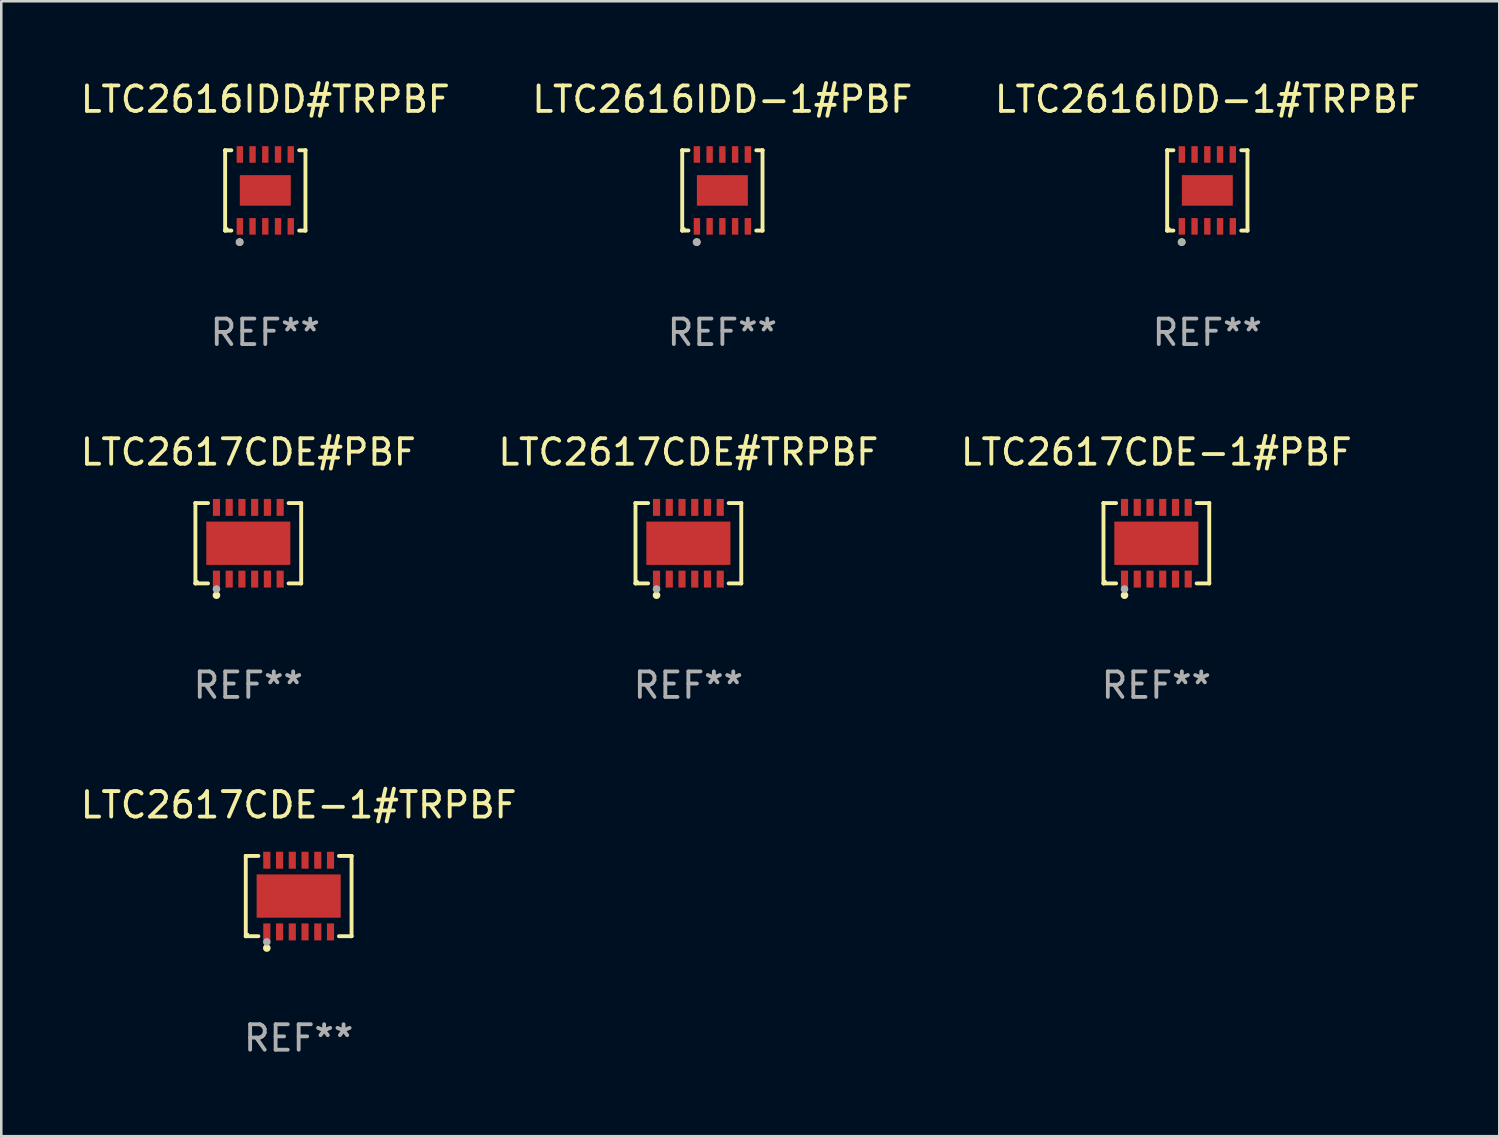
<source format=kicad_pcb>
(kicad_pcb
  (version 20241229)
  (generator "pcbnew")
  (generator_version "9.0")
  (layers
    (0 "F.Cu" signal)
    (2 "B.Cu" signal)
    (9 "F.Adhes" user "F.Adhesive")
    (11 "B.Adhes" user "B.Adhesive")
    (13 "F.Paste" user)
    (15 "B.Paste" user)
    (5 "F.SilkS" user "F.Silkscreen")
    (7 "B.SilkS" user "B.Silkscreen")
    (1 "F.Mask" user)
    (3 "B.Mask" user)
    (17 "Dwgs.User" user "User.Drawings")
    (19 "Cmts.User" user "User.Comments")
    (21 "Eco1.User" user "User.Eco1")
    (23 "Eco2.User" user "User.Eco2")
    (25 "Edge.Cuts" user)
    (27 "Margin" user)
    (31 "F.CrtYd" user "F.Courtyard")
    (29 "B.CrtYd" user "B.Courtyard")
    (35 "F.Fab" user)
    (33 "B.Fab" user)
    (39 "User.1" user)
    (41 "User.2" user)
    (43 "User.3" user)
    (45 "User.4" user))
  (footprint "LTC2616IDD-1#PBF"
    (layer "F.Cu")
    (at 25.304 4.424)
    (property "Reference" "LTC2616IDD-1#PBF" (at 0 -3.576 0) (layer "F.SilkS") (effects (font (size 1 1) (thickness 0.15))))
    (attr through_hole)
    (fp_line (start -1.576 -1.576) (end -1.576 -1.576) (stroke (width 0.152) (type solid)) (layer "F.SilkS"))
    (fp_line (start -1.576 -1.576) (end -1.331 -1.576) (stroke (width 0.152) (type solid)) (layer "F.SilkS"))
    (fp_line (start -1.576 1.576) (end -1.576 -1.576) (stroke (width 0.152) (type solid)) (layer "F.SilkS"))
    (fp_line (start -1.576 1.576) (end -1.576 1.576) (stroke (width 0.152) (type solid)) (layer "F.SilkS"))
    (fp_line (start -1.331 1.576) (end -1.576 1.576) (stroke (width 0.152) (type solid)) (layer "F.SilkS"))
    (fp_line (start 1.331 1.576) (end 1.576 1.576) (stroke (width 0.152) (type solid)) (layer "F.SilkS"))
    (fp_line (start 1.576 -1.576) (end 1.331 -1.576) (stroke (width 0.152) (type solid)) (layer "F.SilkS"))
    (fp_line (start 1.576 -1.576) (end 1.576 -1.576) (stroke (width 0.152) (type solid)) (layer "F.SilkS"))
    (fp_line (start 1.576 1.576) (end 1.576 -1.576) (stroke (width 0.152) (type solid)) (layer "F.SilkS"))
    (fp_line (start 1.576 1.576) (end 1.576 1.576) (stroke (width 0.152) (type solid)) (layer "F.SilkS"))
    (fp_circle (center -1.5 1.5) (end -1.47 1.5) (stroke (width 0.06) (type solid)) (fill no) (layer "F.SilkS"))
    (fp_circle (center -1 2.028) (end -0.925 2.028) (stroke (width 0.15) (type solid)) (fill no) (layer "F.SilkS"))
    (fp_circle (center -1.016 2.032) (end -0.941 2.032) (stroke (width 0.15) (type solid)) (fill no) (layer "F.Fab"))
    (fp_text user "REF**" (at 0 5.576 0) (layer "F.Fab") (effects (font (size 1 1) (thickness 0.15))))
    (pad "1" smd rect (at -1 1.411) (size 0.25 0.65) (layers "F.Cu" "F.Mask" "F.Paste"))
    (pad "2" smd rect (at -0.5 1.411) (size 0.25 0.65) (layers "F.Cu" "F.Mask" "F.Paste"))
    (pad "3" smd rect (at 0 1.411) (size 0.25 0.65) (layers "F.Cu" "F.Mask" "F.Paste"))
    (pad "4" smd rect (at 0.5 1.411) (size 0.25 0.65) (layers "F.Cu" "F.Mask" "F.Paste"))
    (pad "5" smd rect (at 1 1.411) (size 0.25 0.65) (layers "F.Cu" "F.Mask" "F.Paste"))
    (pad "6" smd rect (at 1 -1.411) (size 0.25 0.65) (layers "F.Cu" "F.Mask" "F.Paste"))
    (pad "7" smd rect (at 0.5 -1.411) (size 0.25 0.65) (layers "F.Cu" "F.Mask" "F.Paste"))
    (pad "8" smd rect (at 0 -1.411) (size 0.25 0.65) (layers "F.Cu" "F.Mask" "F.Paste"))
    (pad "9" smd rect (at -0.5 -1.411) (size 0.25 0.65) (layers "F.Cu" "F.Mask" "F.Paste"))
    (pad "10" smd rect (at -1 -1.411) (size 0.25 0.65) (layers "F.Cu" "F.Mask" "F.Paste"))
    (pad "11" smd rect (at 0 0) (size 2 1.2) (layers "F.Cu" "F.Mask" "F.Paste")))
  (footprint "LTC2617CDE-1#TRPBF"
    (layer "F.Cu")
    (at 8.673 32.122)
    (property "Reference" "LTC2617CDE-1#TRPBF" (at 0 -3.576 0) (layer "F.SilkS") (effects (font (size 1 1) (thickness 0.15))))
    (attr through_hole)
    (fp_line (start -2.076 -1.576) (end -2.076 -1.576) (stroke (width 0.152) (type solid)) (layer "F.SilkS"))
    (fp_line (start -2.076 -1.576) (end -1.58 -1.576) (stroke (width 0.152) (type solid)) (layer "F.SilkS"))
    (fp_line (start -2.076 1.576) (end -2.076 -1.576) (stroke (width 0.152) (type solid)) (layer "F.SilkS"))
    (fp_line (start -2.076 1.576) (end -2.076 1.576) (stroke (width 0.152) (type solid)) (layer "F.SilkS"))
    (fp_line (start -1.58 1.576) (end -2.076 1.576) (stroke (width 0.152) (type solid)) (layer "F.SilkS"))
    (fp_line (start 1.58 1.576) (end 2.076 1.576) (stroke (width 0.152) (type solid)) (layer "F.SilkS"))
    (fp_line (start 2.076 -1.576) (end 1.58 -1.576) (stroke (width 0.152) (type solid)) (layer "F.SilkS"))
    (fp_line (start 2.076 -1.576) (end 2.076 -1.576) (stroke (width 0.152) (type solid)) (layer "F.SilkS"))
    (fp_line (start 2.076 1.576) (end 2.076 -1.576) (stroke (width 0.152) (type solid)) (layer "F.SilkS"))
    (fp_line (start 2.076 1.576) (end 2.076 1.576) (stroke (width 0.152) (type solid)) (layer "F.SilkS"))
    (fp_circle (center -2 1.5) (end -1.97 1.5) (stroke (width 0.06) (type solid)) (fill no) (layer "F.SilkS"))
    (fp_circle (center -1.25 2.04) (end -1.175 2.04) (stroke (width 0.15) (type solid)) (fill no) (layer "F.SilkS"))
    (fp_circle (center -1.25 1.8) (end -1.175 1.8) (stroke (width 0.15) (type solid)) (fill no) (layer "F.Fab"))
    (fp_text user "REF**" (at 0 5.576 0) (layer "F.Fab") (effects (font (size 1 1) (thickness 0.15))))
    (pad "1" smd rect (at -1.25 1.407) (size 0.28 0.665) (layers "F.Cu" "F.Mask" "F.Paste"))
    (pad "2" smd rect (at -0.75 1.407) (size 0.28 0.665) (layers "F.Cu" "F.Mask" "F.Paste"))
    (pad "3" smd rect (at -0.25 1.407) (size 0.28 0.665) (layers "F.Cu" "F.Mask" "F.Paste"))
    (pad "4" smd rect (at 0.25 1.407) (size 0.28 0.665) (layers "F.Cu" "F.Mask" "F.Paste"))
    (pad "5" smd rect (at 0.75 1.407) (size 0.28 0.665) (layers "F.Cu" "F.Mask" "F.Paste"))
    (pad "6" smd rect (at 1.25 1.407) (size 0.28 0.665) (layers "F.Cu" "F.Mask" "F.Paste"))
    (pad "7" smd rect (at 1.25 -1.407) (size 0.28 0.665) (layers "F.Cu" "F.Mask" "F.Paste"))
    (pad "8" smd rect (at 0.75 -1.407) (size 0.28 0.665) (layers "F.Cu" "F.Mask" "F.Paste"))
    (pad "9" smd rect (at 0.25 -1.407) (size 0.28 0.665) (layers "F.Cu" "F.Mask" "F.Paste"))
    (pad "10" smd rect (at -0.25 -1.407) (size 0.28 0.665) (layers "F.Cu" "F.Mask" "F.Paste"))
    (pad "11" smd rect (at -0.75 -1.407) (size 0.28 0.665) (layers "F.Cu" "F.Mask" "F.Paste"))
    (pad "12" smd rect (at -1.25 -1.407) (size 0.28 0.665) (layers "F.Cu" "F.Mask" "F.Paste"))
    (pad "13" smd rect (at 0 0) (size 3.3 1.7) (layers "F.Cu" "F.Mask" "F.Paste")))
  (footprint "LTC2617CDE#PBF"
    (layer "F.Cu")
    (at 6.696 18.273)
    (property "Reference" "LTC2617CDE#PBF" (at 0 -3.576 0) (layer "F.SilkS") (effects (font (size 1 1) (thickness 0.15))))
    (attr through_hole)
    (fp_line (start -2.076 -1.576) (end -2.076 -1.576) (stroke (width 0.152) (type solid)) (layer "F.SilkS"))
    (fp_line (start -2.076 -1.576) (end -1.58 -1.576) (stroke (width 0.152) (type solid)) (layer "F.SilkS"))
    (fp_line (start -2.076 1.576) (end -2.076 -1.576) (stroke (width 0.152) (type solid)) (layer "F.SilkS"))
    (fp_line (start -2.076 1.576) (end -2.076 1.576) (stroke (width 0.152) (type solid)) (layer "F.SilkS"))
    (fp_line (start -1.58 1.576) (end -2.076 1.576) (stroke (width 0.152) (type solid)) (layer "F.SilkS"))
    (fp_line (start 1.58 1.576) (end 2.076 1.576) (stroke (width 0.152) (type solid)) (layer "F.SilkS"))
    (fp_line (start 2.076 -1.576) (end 1.58 -1.576) (stroke (width 0.152) (type solid)) (layer "F.SilkS"))
    (fp_line (start 2.076 -1.576) (end 2.076 -1.576) (stroke (width 0.152) (type solid)) (layer "F.SilkS"))
    (fp_line (start 2.076 1.576) (end 2.076 -1.576) (stroke (width 0.152) (type solid)) (layer "F.SilkS"))
    (fp_line (start 2.076 1.576) (end 2.076 1.576) (stroke (width 0.152) (type solid)) (layer "F.SilkS"))
    (fp_circle (center -2 1.5) (end -1.97 1.5) (stroke (width 0.06) (type solid)) (fill no) (layer "F.SilkS"))
    (fp_circle (center -1.25 2.04) (end -1.175 2.04) (stroke (width 0.15) (type solid)) (fill no) (layer "F.SilkS"))
    (fp_circle (center -1.25 1.8) (end -1.175 1.8) (stroke (width 0.15) (type solid)) (fill no) (layer "F.Fab"))
    (fp_text user "REF**" (at 0 5.576 0) (layer "F.Fab") (effects (font (size 1 1) (thickness 0.15))))
    (pad "1" smd rect (at -1.25 1.407) (size 0.28 0.665) (layers "F.Cu" "F.Mask" "F.Paste"))
    (pad "2" smd rect (at -0.75 1.407) (size 0.28 0.665) (layers "F.Cu" "F.Mask" "F.Paste"))
    (pad "3" smd rect (at -0.25 1.407) (size 0.28 0.665) (layers "F.Cu" "F.Mask" "F.Paste"))
    (pad "4" smd rect (at 0.25 1.407) (size 0.28 0.665) (layers "F.Cu" "F.Mask" "F.Paste"))
    (pad "5" smd rect (at 0.75 1.407) (size 0.28 0.665) (layers "F.Cu" "F.Mask" "F.Paste"))
    (pad "6" smd rect (at 1.25 1.407) (size 0.28 0.665) (layers "F.Cu" "F.Mask" "F.Paste"))
    (pad "7" smd rect (at 1.25 -1.407) (size 0.28 0.665) (layers "F.Cu" "F.Mask" "F.Paste"))
    (pad "8" smd rect (at 0.75 -1.407) (size 0.28 0.665) (layers "F.Cu" "F.Mask" "F.Paste"))
    (pad "9" smd rect (at 0.25 -1.407) (size 0.28 0.665) (layers "F.Cu" "F.Mask" "F.Paste"))
    (pad "10" smd rect (at -0.25 -1.407) (size 0.28 0.665) (layers "F.Cu" "F.Mask" "F.Paste"))
    (pad "11" smd rect (at -0.75 -1.407) (size 0.28 0.665) (layers "F.Cu" "F.Mask" "F.Paste"))
    (pad "12" smd rect (at -1.25 -1.407) (size 0.28 0.665) (layers "F.Cu" "F.Mask" "F.Paste"))
    (pad "13" smd rect (at 0 0) (size 3.3 1.7) (layers "F.Cu" "F.Mask" "F.Paste")))
  (footprint "LTC2616IDD-1#TRPBF"
    (layer "F.Cu")
    (at 44.339 4.424)
    (property "Reference" "LTC2616IDD-1#TRPBF" (at 0 -3.576 0) (layer "F.SilkS") (effects (font (size 1 1) (thickness 0.15))))
    (attr through_hole)
    (fp_line (start -1.576 -1.576) (end -1.576 -1.576) (stroke (width 0.152) (type solid)) (layer "F.SilkS"))
    (fp_line (start -1.576 -1.576) (end -1.331 -1.576) (stroke (width 0.152) (type solid)) (layer "F.SilkS"))
    (fp_line (start -1.576 1.576) (end -1.576 -1.576) (stroke (width 0.152) (type solid)) (layer "F.SilkS"))
    (fp_line (start -1.576 1.576) (end -1.576 1.576) (stroke (width 0.152) (type solid)) (layer "F.SilkS"))
    (fp_line (start -1.331 1.576) (end -1.576 1.576) (stroke (width 0.152) (type solid)) (layer "F.SilkS"))
    (fp_line (start 1.331 1.576) (end 1.576 1.576) (stroke (width 0.152) (type solid)) (layer "F.SilkS"))
    (fp_line (start 1.576 -1.576) (end 1.331 -1.576) (stroke (width 0.152) (type solid)) (layer "F.SilkS"))
    (fp_line (start 1.576 -1.576) (end 1.576 -1.576) (stroke (width 0.152) (type solid)) (layer "F.SilkS"))
    (fp_line (start 1.576 1.576) (end 1.576 -1.576) (stroke (width 0.152) (type solid)) (layer "F.SilkS"))
    (fp_line (start 1.576 1.576) (end 1.576 1.576) (stroke (width 0.152) (type solid)) (layer "F.SilkS"))
    (fp_circle (center -1.5 1.5) (end -1.47 1.5) (stroke (width 0.06) (type solid)) (fill no) (layer "F.SilkS"))
    (fp_circle (center -1 2.028) (end -0.925 2.028) (stroke (width 0.15) (type solid)) (fill no) (layer "F.SilkS"))
    (fp_circle (center -1.016 2.032) (end -0.941 2.032) (stroke (width 0.15) (type solid)) (fill no) (layer "F.Fab"))
    (fp_text user "REF**" (at 0 5.576 0) (layer "F.Fab") (effects (font (size 1 1) (thickness 0.15))))
    (pad "1" smd rect (at -1 1.411) (size 0.25 0.65) (layers "F.Cu" "F.Mask" "F.Paste"))
    (pad "2" smd rect (at -0.5 1.411) (size 0.25 0.65) (layers "F.Cu" "F.Mask" "F.Paste"))
    (pad "3" smd rect (at 0 1.411) (size 0.25 0.65) (layers "F.Cu" "F.Mask" "F.Paste"))
    (pad "4" smd rect (at 0.5 1.411) (size 0.25 0.65) (layers "F.Cu" "F.Mask" "F.Paste"))
    (pad "5" smd rect (at 1 1.411) (size 0.25 0.65) (layers "F.Cu" "F.Mask" "F.Paste"))
    (pad "6" smd rect (at 1 -1.411) (size 0.25 0.65) (layers "F.Cu" "F.Mask" "F.Paste"))
    (pad "7" smd rect (at 0.5 -1.411) (size 0.25 0.65) (layers "F.Cu" "F.Mask" "F.Paste"))
    (pad "8" smd rect (at 0 -1.411) (size 0.25 0.65) (layers "F.Cu" "F.Mask" "F.Paste"))
    (pad "9" smd rect (at -0.5 -1.411) (size 0.25 0.65) (layers "F.Cu" "F.Mask" "F.Paste"))
    (pad "10" smd rect (at -1 -1.411) (size 0.25 0.65) (layers "F.Cu" "F.Mask" "F.Paste"))
    (pad "11" smd rect (at 0 0) (size 2 1.2) (layers "F.Cu" "F.Mask" "F.Paste")))
  (footprint "LTC2617CDE#TRPBF"
    (layer "F.Cu")
    (at 23.97 18.273)
    (property "Reference" "LTC2617CDE#TRPBF" (at 0 -3.576 0) (layer "F.SilkS") (effects (font (size 1 1) (thickness 0.15))))
    (attr through_hole)
    (fp_line (start -2.076 -1.576) (end -2.076 -1.576) (stroke (width 0.152) (type solid)) (layer "F.SilkS"))
    (fp_line (start -2.076 -1.576) (end -1.58 -1.576) (stroke (width 0.152) (type solid)) (layer "F.SilkS"))
    (fp_line (start -2.076 1.576) (end -2.076 -1.576) (stroke (width 0.152) (type solid)) (layer "F.SilkS"))
    (fp_line (start -2.076 1.576) (end -2.076 1.576) (stroke (width 0.152) (type solid)) (layer "F.SilkS"))
    (fp_line (start -1.58 1.576) (end -2.076 1.576) (stroke (width 0.152) (type solid)) (layer "F.SilkS"))
    (fp_line (start 1.58 1.576) (end 2.076 1.576) (stroke (width 0.152) (type solid)) (layer "F.SilkS"))
    (fp_line (start 2.076 -1.576) (end 1.58 -1.576) (stroke (width 0.152) (type solid)) (layer "F.SilkS"))
    (fp_line (start 2.076 -1.576) (end 2.076 -1.576) (stroke (width 0.152) (type solid)) (layer "F.SilkS"))
    (fp_line (start 2.076 1.576) (end 2.076 -1.576) (stroke (width 0.152) (type solid)) (layer "F.SilkS"))
    (fp_line (start 2.076 1.576) (end 2.076 1.576) (stroke (width 0.152) (type solid)) (layer "F.SilkS"))
    (fp_circle (center -2 1.5) (end -1.97 1.5) (stroke (width 0.06) (type solid)) (fill no) (layer "F.SilkS"))
    (fp_circle (center -1.25 2.04) (end -1.175 2.04) (stroke (width 0.15) (type solid)) (fill no) (layer "F.SilkS"))
    (fp_circle (center -1.25 1.8) (end -1.175 1.8) (stroke (width 0.15) (type solid)) (fill no) (layer "F.Fab"))
    (fp_text user "REF**" (at 0 5.576 0) (layer "F.Fab") (effects (font (size 1 1) (thickness 0.15))))
    (pad "1" smd rect (at -1.25 1.407) (size 0.28 0.665) (layers "F.Cu" "F.Mask" "F.Paste"))
    (pad "2" smd rect (at -0.75 1.407) (size 0.28 0.665) (layers "F.Cu" "F.Mask" "F.Paste"))
    (pad "3" smd rect (at -0.25 1.407) (size 0.28 0.665) (layers "F.Cu" "F.Mask" "F.Paste"))
    (pad "4" smd rect (at 0.25 1.407) (size 0.28 0.665) (layers "F.Cu" "F.Mask" "F.Paste"))
    (pad "5" smd rect (at 0.75 1.407) (size 0.28 0.665) (layers "F.Cu" "F.Mask" "F.Paste"))
    (pad "6" smd rect (at 1.25 1.407) (size 0.28 0.665) (layers "F.Cu" "F.Mask" "F.Paste"))
    (pad "7" smd rect (at 1.25 -1.407) (size 0.28 0.665) (layers "F.Cu" "F.Mask" "F.Paste"))
    (pad "8" smd rect (at 0.75 -1.407) (size 0.28 0.665) (layers "F.Cu" "F.Mask" "F.Paste"))
    (pad "9" smd rect (at 0.25 -1.407) (size 0.28 0.665) (layers "F.Cu" "F.Mask" "F.Paste"))
    (pad "10" smd rect (at -0.25 -1.407) (size 0.28 0.665) (layers "F.Cu" "F.Mask" "F.Paste"))
    (pad "11" smd rect (at -0.75 -1.407) (size 0.28 0.665) (layers "F.Cu" "F.Mask" "F.Paste"))
    (pad "12" smd rect (at -1.25 -1.407) (size 0.28 0.665) (layers "F.Cu" "F.Mask" "F.Paste"))
    (pad "13" smd rect (at 0 0) (size 3.3 1.7) (layers "F.Cu" "F.Mask" "F.Paste")))
  (footprint "LTC2617CDE-1#PBF"
    (layer "F.Cu")
    (at 42.339 18.273)
    (property "Reference" "LTC2617CDE-1#PBF" (at 0 -3.576 0) (layer "F.SilkS") (effects (font (size 1 1) (thickness 0.15))))
    (attr through_hole)
    (fp_line (start -2.076 -1.576) (end -2.076 -1.576) (stroke (width 0.152) (type solid)) (layer "F.SilkS"))
    (fp_line (start -2.076 -1.576) (end -1.58 -1.576) (stroke (width 0.152) (type solid)) (layer "F.SilkS"))
    (fp_line (start -2.076 1.576) (end -2.076 -1.576) (stroke (width 0.152) (type solid)) (layer "F.SilkS"))
    (fp_line (start -2.076 1.576) (end -2.076 1.576) (stroke (width 0.152) (type solid)) (layer "F.SilkS"))
    (fp_line (start -1.58 1.576) (end -2.076 1.576) (stroke (width 0.152) (type solid)) (layer "F.SilkS"))
    (fp_line (start 1.58 1.576) (end 2.076 1.576) (stroke (width 0.152) (type solid)) (layer "F.SilkS"))
    (fp_line (start 2.076 -1.576) (end 1.58 -1.576) (stroke (width 0.152) (type solid)) (layer "F.SilkS"))
    (fp_line (start 2.076 -1.576) (end 2.076 -1.576) (stroke (width 0.152) (type solid)) (layer "F.SilkS"))
    (fp_line (start 2.076 1.576) (end 2.076 -1.576) (stroke (width 0.152) (type solid)) (layer "F.SilkS"))
    (fp_line (start 2.076 1.576) (end 2.076 1.576) (stroke (width 0.152) (type solid)) (layer "F.SilkS"))
    (fp_circle (center -2 1.5) (end -1.97 1.5) (stroke (width 0.06) (type solid)) (fill no) (layer "F.SilkS"))
    (fp_circle (center -1.25 2.04) (end -1.175 2.04) (stroke (width 0.15) (type solid)) (fill no) (layer "F.SilkS"))
    (fp_circle (center -1.25 1.8) (end -1.175 1.8) (stroke (width 0.15) (type solid)) (fill no) (layer "F.Fab"))
    (fp_text user "REF**" (at 0 5.576 0) (layer "F.Fab") (effects (font (size 1 1) (thickness 0.15))))
    (pad "1" smd rect (at -1.25 1.407) (size 0.28 0.665) (layers "F.Cu" "F.Mask" "F.Paste"))
    (pad "2" smd rect (at -0.75 1.407) (size 0.28 0.665) (layers "F.Cu" "F.Mask" "F.Paste"))
    (pad "3" smd rect (at -0.25 1.407) (size 0.28 0.665) (layers "F.Cu" "F.Mask" "F.Paste"))
    (pad "4" smd rect (at 0.25 1.407) (size 0.28 0.665) (layers "F.Cu" "F.Mask" "F.Paste"))
    (pad "5" smd rect (at 0.75 1.407) (size 0.28 0.665) (layers "F.Cu" "F.Mask" "F.Paste"))
    (pad "6" smd rect (at 1.25 1.407) (size 0.28 0.665) (layers "F.Cu" "F.Mask" "F.Paste"))
    (pad "7" smd rect (at 1.25 -1.407) (size 0.28 0.665) (layers "F.Cu" "F.Mask" "F.Paste"))
    (pad "8" smd rect (at 0.75 -1.407) (size 0.28 0.665) (layers "F.Cu" "F.Mask" "F.Paste"))
    (pad "9" smd rect (at 0.25 -1.407) (size 0.28 0.665) (layers "F.Cu" "F.Mask" "F.Paste"))
    (pad "10" smd rect (at -0.25 -1.407) (size 0.28 0.665) (layers "F.Cu" "F.Mask" "F.Paste"))
    (pad "11" smd rect (at -0.75 -1.407) (size 0.28 0.665) (layers "F.Cu" "F.Mask" "F.Paste"))
    (pad "12" smd rect (at -1.25 -1.407) (size 0.28 0.665) (layers "F.Cu" "F.Mask" "F.Paste"))
    (pad "13" smd rect (at 0 0) (size 3.3 1.7) (layers "F.Cu" "F.Mask" "F.Paste")))
  (footprint "LTC2616IDD#TRPBF"
    (layer "F.Cu")
    (at 7.363 4.424)
    (property "Reference" "LTC2616IDD#TRPBF" (at 0 -3.576 0) (layer "F.SilkS") (effects (font (size 1 1) (thickness 0.15))))
    (attr through_hole)
    (fp_line (start -1.576 -1.576) (end -1.576 -1.576) (stroke (width 0.152) (type solid)) (layer "F.SilkS"))
    (fp_line (start -1.576 -1.576) (end -1.331 -1.576) (stroke (width 0.152) (type solid)) (layer "F.SilkS"))
    (fp_line (start -1.576 1.576) (end -1.576 -1.576) (stroke (width 0.152) (type solid)) (layer "F.SilkS"))
    (fp_line (start -1.576 1.576) (end -1.576 1.576) (stroke (width 0.152) (type solid)) (layer "F.SilkS"))
    (fp_line (start -1.331 1.576) (end -1.576 1.576) (stroke (width 0.152) (type solid)) (layer "F.SilkS"))
    (fp_line (start 1.331 1.576) (end 1.576 1.576) (stroke (width 0.152) (type solid)) (layer "F.SilkS"))
    (fp_line (start 1.576 -1.576) (end 1.331 -1.576) (stroke (width 0.152) (type solid)) (layer "F.SilkS"))
    (fp_line (start 1.576 -1.576) (end 1.576 -1.576) (stroke (width 0.152) (type solid)) (layer "F.SilkS"))
    (fp_line (start 1.576 1.576) (end 1.576 -1.576) (stroke (width 0.152) (type solid)) (layer "F.SilkS"))
    (fp_line (start 1.576 1.576) (end 1.576 1.576) (stroke (width 0.152) (type solid)) (layer "F.SilkS"))
    (fp_circle (center -1.5 1.5) (end -1.47 1.5) (stroke (width 0.06) (type solid)) (fill no) (layer "F.SilkS"))
    (fp_circle (center -1 2.028) (end -0.925 2.028) (stroke (width 0.15) (type solid)) (fill no) (layer "F.SilkS"))
    (fp_circle (center -1.016 2.032) (end -0.941 2.032) (stroke (width 0.15) (type solid)) (fill no) (layer "F.Fab"))
    (fp_text user "REF**" (at 0 5.576 0) (layer "F.Fab") (effects (font (size 1 1) (thickness 0.15))))
    (pad "1" smd rect (at -1 1.411) (size 0.25 0.65) (layers "F.Cu" "F.Mask" "F.Paste"))
    (pad "2" smd rect (at -0.5 1.411) (size 0.25 0.65) (layers "F.Cu" "F.Mask" "F.Paste"))
    (pad "3" smd rect (at 0 1.411) (size 0.25 0.65) (layers "F.Cu" "F.Mask" "F.Paste"))
    (pad "4" smd rect (at 0.5 1.411) (size 0.25 0.65) (layers "F.Cu" "F.Mask" "F.Paste"))
    (pad "5" smd rect (at 1 1.411) (size 0.25 0.65) (layers "F.Cu" "F.Mask" "F.Paste"))
    (pad "6" smd rect (at 1 -1.411) (size 0.25 0.65) (layers "F.Cu" "F.Mask" "F.Paste"))
    (pad "7" smd rect (at 0.5 -1.411) (size 0.25 0.65) (layers "F.Cu" "F.Mask" "F.Paste"))
    (pad "8" smd rect (at 0 -1.411) (size 0.25 0.65) (layers "F.Cu" "F.Mask" "F.Paste"))
    (pad "9" smd rect (at -0.5 -1.411) (size 0.25 0.65) (layers "F.Cu" "F.Mask" "F.Paste"))
    (pad "10" smd rect (at -1 -1.411) (size 0.25 0.65) (layers "F.Cu" "F.Mask" "F.Paste"))
    (pad "11" smd rect (at 0 0) (size 2 1.2) (layers "F.Cu" "F.Mask" "F.Paste")))
  (gr_rect
    (start -3 -3)
    (end 55.798 41.547)
    (stroke (width 0.1) (type default))
    (fill no)
    (layer "Edge.Cuts")))
</source>
